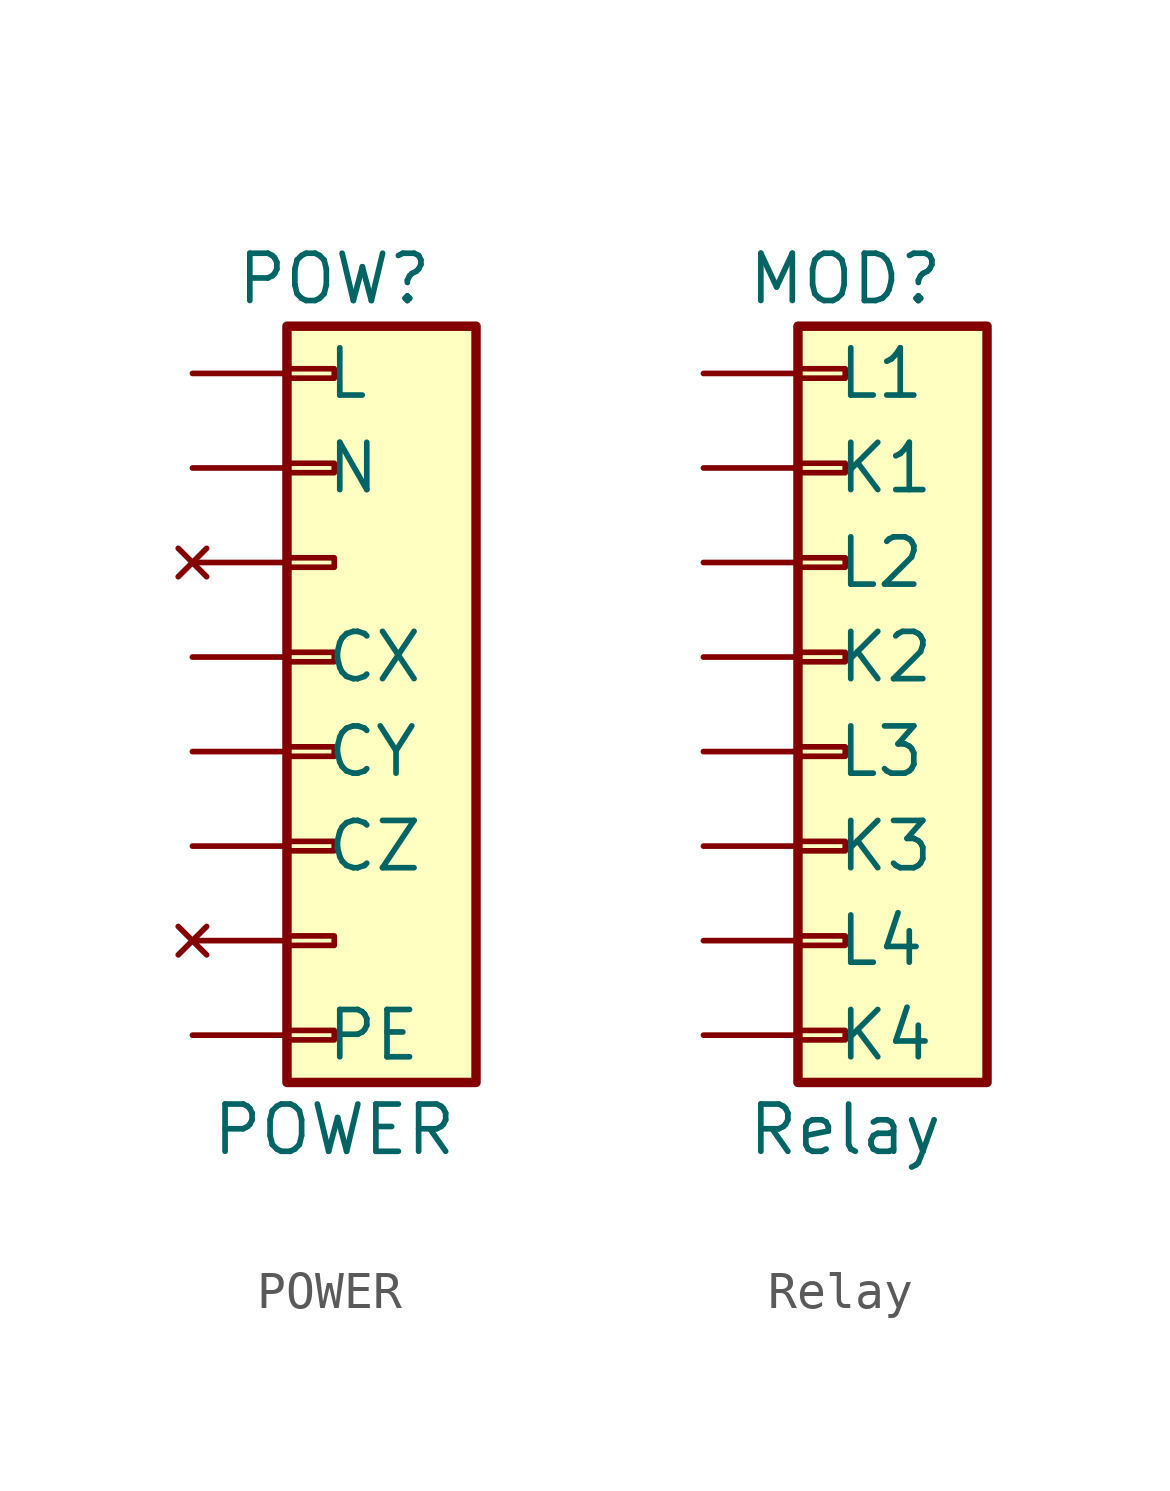
<source format=kicad_sym>
(kicad_symbol_lib
  (version 20211014)
  (generator kicad_symbol_editor)
  (symbol "POWER"
    (pin_numbers hide)
    (pin_names
      (offset 1.016))
    (property "Reference" "POW"
      (at 0 10.16 0)
      (effects (font (size 1.27 1.27))))
    (property "Value" "POWER"
      (at 0 -12.7 0)
      (effects (font (size 1.27 1.27))))
    (symbol "POWER_1_1"
      (rectangle (start -1.27 -10.033) (end 0 -10.287) (stroke (width 0.152) (type default) (color 0 0 0 0)) (fill (type none)))
      (rectangle (start -1.27 -7.493) (end 0 -7.747) (stroke (width 0.152) (type default) (color 0 0 0 0)) (fill (type none)))
      (rectangle (start -1.27 -4.953) (end 0 -5.207) (stroke (width 0.152) (type default) (color 0 0 0 0)) (fill (type none)))
      (rectangle (start -1.27 -2.413) (end 0 -2.667) (stroke (width 0.152) (type default) (color 0 0 0 0)) (fill (type none)))
      (rectangle (start -1.27 0.127) (end 0 -0.127) (stroke (width 0.152) (type default) (color 0 0 0 0)) (fill (type none)))
      (rectangle (start -1.27 2.667) (end 0 2.413) (stroke (width 0.152) (type default) (color 0 0 0 0)) (fill (type none)))
      (rectangle (start -1.27 5.207) (end 0 4.953) (stroke (width 0.152) (type default) (color 0 0 0 0)) (fill (type none)))
      (rectangle (start -1.27 7.747) (end 0 7.493) (stroke (width 0.152) (type default) (color 0 0 0 0)) (fill (type none)))
      (rectangle (start -1.27 8.89) (end 3.81 -11.43) (stroke (width 0.254) (type default) (color 0 0 0 0)) (fill (type background)))
      (pin input line (at -3.81 7.62 0) (length 2.54) (name "L" (effects (font (size 1.27 1.27)))) (number "1" (effects (font (size 1.27 1.27)))))
      (pin input line (at -3.81 5.08 0) (length 2.54) (name "N" (effects (font (size 1.27 1.27)))) (number "2" (effects (font (size 1.27 1.27)))))
      (pin no_connect line (at -3.81 2.54 0) (length 2.54) (name "~" (effects (font (size 1.27 1.27)))) (number "3" (effects (font (size 1.27 1.27)))))
      (pin input line (at -3.81 0 0) (length 2.54) (name "CX" (effects (font (size 1.27 1.27)))) (number "4" (effects (font (size 1.27 1.27)))))
      (pin input line (at -3.81 -2.54 0) (length 2.54) (name "CY" (effects (font (size 1.27 1.27)))) (number "5" (effects (font (size 1.27 1.27)))))
      (pin input line (at -3.81 -5.08 0) (length 2.54) (name "CZ" (effects (font (size 1.27 1.27)))) (number "6" (effects (font (size 1.27 1.27)))))
      (pin no_connect line (at -3.81 -7.62 0) (length 2.54) (name "~" (effects (font (size 1.27 1.27)))) (number "7" (effects (font (size 1.27 1.27)))))
      (pin input line (at -3.81 -10.16 0) (length 2.54) (name "PE" (effects (font (size 1.27 1.27)))) (number "8" (effects (font (size 1.27 1.27)))))))
  (symbol "Relay"
    (pin_numbers hide)
    (pin_names
      (offset 1.016))
    (property "Reference" "MOD"
      (at 0 10.16 0)
      (effects (font (size 1.27 1.27))))
    (property "Value" "Relay"
      (at 0 -12.7 0)
      (effects (font (size 1.27 1.27))))
    (symbol "Relay_1_1"
      (rectangle (start -1.27 -10.033) (end 0 -10.287) (stroke (width 0.152) (type default) (color 0 0 0 0)) (fill (type none)))
      (rectangle (start -1.27 -7.493) (end 0 -7.747) (stroke (width 0.152) (type default) (color 0 0 0 0)) (fill (type none)))
      (rectangle (start -1.27 -4.953) (end 0 -5.207) (stroke (width 0.152) (type default) (color 0 0 0 0)) (fill (type none)))
      (rectangle (start -1.27 -2.413) (end 0 -2.667) (stroke (width 0.152) (type default) (color 0 0 0 0)) (fill (type none)))
      (rectangle (start -1.27 0.127) (end 0 -0.127) (stroke (width 0.152) (type default) (color 0 0 0 0)) (fill (type none)))
      (rectangle (start -1.27 2.667) (end 0 2.413) (stroke (width 0.152) (type default) (color 0 0 0 0)) (fill (type none)))
      (rectangle (start -1.27 5.207) (end 0 4.953) (stroke (width 0.152) (type default) (color 0 0 0 0)) (fill (type none)))
      (rectangle (start -1.27 7.747) (end 0 7.493) (stroke (width 0.152) (type default) (color 0 0 0 0)) (fill (type none)))
      (rectangle (start -1.27 8.89) (end 3.81 -11.43) (stroke (width 0.254) (type default) (color 0 0 0 0)) (fill (type background)))
      (pin input line (at -3.81 7.62 0) (length 2.54) (name "L1" (effects (font (size 1.27 1.27)))) (number "1" (effects (font (size 1.27 1.27)))))
      (pin input line (at -3.81 5.08 0) (length 2.54) (name "K1" (effects (font (size 1.27 1.27)))) (number "2" (effects (font (size 1.27 1.27)))))
      (pin input line (at -3.81 2.54 0) (length 2.54) (name "L2" (effects (font (size 1.27 1.27)))) (number "3" (effects (font (size 1.27 1.27)))))
      (pin input line (at -3.81 0 0) (length 2.54) (name "K2" (effects (font (size 1.27 1.27)))) (number "4" (effects (font (size 1.27 1.27)))))
      (pin input line (at -3.81 -2.54 0) (length 2.54) (name "L3" (effects (font (size 1.27 1.27)))) (number "5" (effects (font (size 1.27 1.27)))))
      (pin input line (at -3.81 -5.08 0) (length 2.54) (name "K3" (effects (font (size 1.27 1.27)))) (number "6" (effects (font (size 1.27 1.27)))))
      (pin input line (at -3.81 -7.62 0) (length 2.54) (name "L4" (effects (font (size 1.27 1.27)))) (number "7" (effects (font (size 1.27 1.27)))))
      (pin input line (at -3.81 -10.16 0) (length 2.54) (name "K4" (effects (font (size 1.27 1.27)))) (number "8" (effects (font (size 1.27 1.27))))))))
</source>
